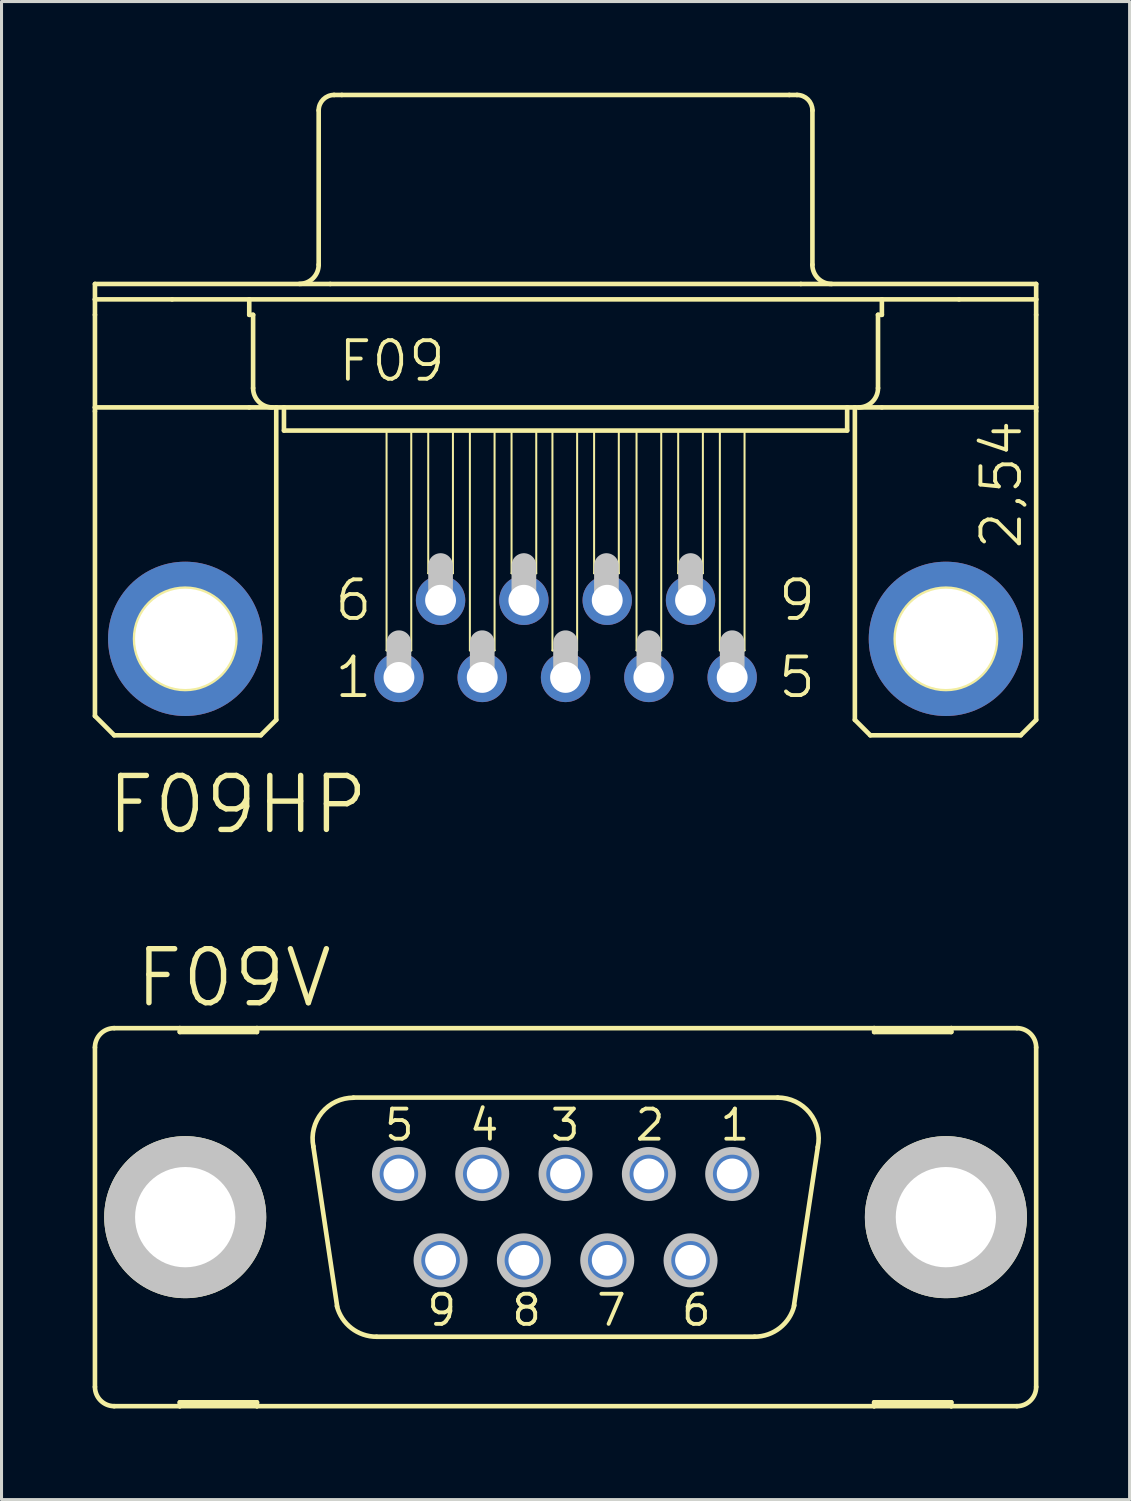
<source format=kicad_pcb>
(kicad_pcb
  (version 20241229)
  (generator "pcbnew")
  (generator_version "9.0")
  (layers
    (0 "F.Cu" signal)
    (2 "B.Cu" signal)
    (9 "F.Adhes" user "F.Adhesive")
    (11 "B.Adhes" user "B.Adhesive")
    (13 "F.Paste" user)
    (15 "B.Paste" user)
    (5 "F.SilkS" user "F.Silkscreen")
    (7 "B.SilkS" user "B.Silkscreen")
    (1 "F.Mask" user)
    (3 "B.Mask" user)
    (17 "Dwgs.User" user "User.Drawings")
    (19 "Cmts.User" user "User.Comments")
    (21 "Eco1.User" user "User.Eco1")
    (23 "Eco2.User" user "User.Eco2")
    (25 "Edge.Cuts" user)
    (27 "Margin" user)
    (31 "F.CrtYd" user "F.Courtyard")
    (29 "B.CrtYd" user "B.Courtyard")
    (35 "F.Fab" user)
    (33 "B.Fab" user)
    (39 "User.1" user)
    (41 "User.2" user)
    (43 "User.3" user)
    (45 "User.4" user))
  (footprint "F09V"
    (layer "F.Cu")
    (at 15.57 37.023)
    (property "Reference" "F09V" (at -10.922 -7.874 0) (layer "F.SilkS") (effects (font (size 1.778 1.778) (thickness 0.178))))
    (attr exclude_from_pos_files exclude_from_bom)
    (fp_line (start -15.494 -5.588) (end -15.494 5.588) (stroke (width 0.152) (type solid)) (layer "F.SilkS"))
    (fp_line (start -14.859 6.223) (end -12.7 6.223) (stroke (width 0.152) (type solid)) (layer "F.SilkS"))
    (fp_line (start -12.7 -6.223) (end -14.859 -6.223) (stroke (width 0.152) (type solid)) (layer "F.SilkS"))
    (fp_line (start -12.7 -6.223) (end -12.7 -6.096) (stroke (width 0.152) (type solid)) (layer "F.SilkS"))
    (fp_line (start -12.7 -6.096) (end -10.16 -6.096) (stroke (width 0.152) (type solid)) (layer "F.SilkS"))
    (fp_line (start -12.7 6.096) (end -10.16 6.096) (stroke (width 0.152) (type solid)) (layer "F.SilkS"))
    (fp_line (start -12.7 6.223) (end -12.7 6.096) (stroke (width 0.152) (type solid)) (layer "F.SilkS"))
    (fp_line (start -12.7 6.223) (end -10.16 6.223) (stroke (width 0.152) (type solid)) (layer "F.SilkS"))
    (fp_line (start -10.16 -6.223) (end -12.7 -6.223) (stroke (width 0.152) (type solid)) (layer "F.SilkS"))
    (fp_line (start -10.16 -6.096) (end -10.16 -6.223) (stroke (width 0.152) (type solid)) (layer "F.SilkS"))
    (fp_line (start -10.16 6.096) (end -10.16 6.223) (stroke (width 0.152) (type solid)) (layer "F.SilkS"))
    (fp_line (start -10.16 6.223) (end 10.16 6.223) (stroke (width 0.152) (type solid)) (layer "F.SilkS"))
    (fp_line (start -7.518 2.946) (end -8.306 -2.337) (stroke (width 0.152) (type solid)) (layer "F.SilkS"))
    (fp_line (start -6.985 -3.937) (end 6.985 -3.937) (stroke (width 0.152) (type solid)) (layer "F.SilkS"))
    (fp_line (start -6.223 3.937) (end 6.223 3.937) (stroke (width 0.152) (type solid)) (layer "F.SilkS"))
    (fp_line (start 8.306 -2.311) (end 7.518 2.921) (stroke (width 0.152) (type solid)) (layer "F.SilkS"))
    (fp_line (start 10.16 -6.223) (end -10.16 -6.223) (stroke (width 0.152) (type solid)) (layer "F.SilkS"))
    (fp_line (start 10.16 -6.223) (end 10.16 -6.096) (stroke (width 0.152) (type solid)) (layer "F.SilkS"))
    (fp_line (start 10.16 -6.096) (end 12.7 -6.096) (stroke (width 0.152) (type solid)) (layer "F.SilkS"))
    (fp_line (start 10.16 6.096) (end 12.7 6.096) (stroke (width 0.152) (type solid)) (layer "F.SilkS"))
    (fp_line (start 10.16 6.223) (end 10.16 6.096) (stroke (width 0.152) (type solid)) (layer "F.SilkS"))
    (fp_line (start 10.16 6.223) (end 12.7 6.223) (stroke (width 0.152) (type solid)) (layer "F.SilkS"))
    (fp_line (start 12.7 -6.223) (end 10.16 -6.223) (stroke (width 0.152) (type solid)) (layer "F.SilkS"))
    (fp_line (start 12.7 -6.096) (end 12.7 -6.223) (stroke (width 0.152) (type solid)) (layer "F.SilkS"))
    (fp_line (start 12.7 6.096) (end 12.7 6.223) (stroke (width 0.152) (type solid)) (layer "F.SilkS"))
    (fp_line (start 12.7 6.223) (end 14.859 6.223) (stroke (width 0.152) (type solid)) (layer "F.SilkS"))
    (fp_line (start 14.859 -6.223) (end 12.7 -6.223) (stroke (width 0.152) (type solid)) (layer "F.SilkS"))
    (fp_line (start 15.494 -5.588) (end 15.494 5.588) (stroke (width 0.152) (type solid)) (layer "F.SilkS"))
    (fp_arc (start -15.494 -5.588) (mid -15.308013 -6.037013) (end -14.859 -6.223) (stroke (width 0.1524) (type solid)) (layer "F.SilkS"))
    (fp_arc (start -14.859 6.223) (mid -15.308013 6.037013) (end -15.494 5.588) (stroke (width 0.1524) (type solid)) (layer "F.SilkS"))
    (fp_arc (start -8.30326 -2.32664) (mid -8.023158 -3.441772) (end -6.98324 -3.932229) (stroke (width 0.1524) (type solid)) (layer "F.SilkS"))
    (fp_arc (start -6.223 3.937) (mid -7.047791 3.655415) (end -7.528188 2.928236) (stroke (width 0.1524) (type solid)) (layer "F.SilkS"))
    (fp_arc (start 6.985 -3.937) (mid 8.034648 -3.435219) (end 8.30328 -2.303238) (stroke (width 0.1524) (type solid)) (layer "F.SilkS"))
    (fp_arc (start 7.5311 2.90322) (mid 7.055662 3.646284) (end 6.222518 3.936211) (stroke (width 0.1524) (type solid)) (layer "F.SilkS"))
    (fp_arc (start 14.859 -6.223) (mid 15.308013 -6.037013) (end 15.494 -5.588) (stroke (width 0.1524) (type solid)) (layer "F.SilkS"))
    (fp_arc (start 15.494 5.588) (mid 15.308013 6.037013) (end 14.859 6.223) (stroke (width 0.1524) (type solid)) (layer "F.SilkS"))
    (fp_circle (center -12.522 0) (end -12.522 -2.667) (stroke (width 0) (type solid)) (fill yes) (layer "F.SilkS"))
    (fp_circle (center -12.522 0) (end -12.522 -1.651) (stroke (width 0.152) (type solid)) (fill no) (layer "F.SilkS"))
    (fp_circle (center 12.522 0) (end 12.522 -2.667) (stroke (width 0) (type solid)) (fill yes) (layer "F.SilkS"))
    (fp_circle (center 12.522 0) (end 12.522 -1.651) (stroke (width 0.152) (type solid)) (fill no) (layer "F.SilkS"))
    (fp_circle (center -12.522 0) (end -12.522 -2.667) (stroke (width 0) (type solid)) (fill yes) (layer "Dwgs.User"))
    (fp_circle (center -5.486 -1.422) (end -5.486 -2.184) (stroke (width 0.254) (type solid)) (fill no) (layer "Dwgs.User"))
    (fp_circle (center -4.115 1.422) (end -4.115 0.66) (stroke (width 0.254) (type solid)) (fill no) (layer "Dwgs.User"))
    (fp_circle (center -2.743 -1.422) (end -2.743 -2.184) (stroke (width 0.254) (type solid)) (fill no) (layer "Dwgs.User"))
    (fp_circle (center -1.372 1.422) (end -1.372 0.66) (stroke (width 0.254) (type solid)) (fill no) (layer "Dwgs.User"))
    (fp_circle (center 0 -1.422) (end 0 -2.184) (stroke (width 0.254) (type solid)) (fill no) (layer "Dwgs.User"))
    (fp_circle (center 1.372 1.422) (end 1.372 0.66) (stroke (width 0.254) (type solid)) (fill no) (layer "Dwgs.User"))
    (fp_circle (center 2.743 -1.422) (end 2.743 -2.184) (stroke (width 0.254) (type solid)) (fill no) (layer "Dwgs.User"))
    (fp_circle (center 4.115 1.422) (end 4.115 0.66) (stroke (width 0.254) (type solid)) (fill no) (layer "Dwgs.User"))
    (fp_circle (center 5.486 -1.422) (end 5.486 -2.184) (stroke (width 0.254) (type solid)) (fill no) (layer "Dwgs.User"))
    (fp_circle (center 12.522 0) (end 12.522 -2.667) (stroke (width 0) (type solid)) (fill yes) (layer "Dwgs.User"))
    (fp_text user "5" (at -5.474 -3.035 0) (layer "F.SilkS") (effects (font (size 0.991 0.991) (thickness 0.127))))
    (fp_text user "4" (at -2.68 -3.035 0) (layer "F.SilkS") (effects (font (size 0.991 0.991) (thickness 0.127))))
    (fp_text user "2" (at 2.781 -3.035 0) (layer "F.SilkS") (effects (font (size 0.991 0.991) (thickness 0.127))))
    (fp_text user "3" (at -0.013 -3.035 0) (layer "F.SilkS") (effects (font (size 0.991 0.991) (thickness 0.127))))
    (fp_text user "8" (at -1.283 3.061 0) (layer "F.SilkS") (effects (font (size 0.991 0.991) (thickness 0.127))))
    (fp_text user "1" (at 5.575 -3.035 0) (layer "F.SilkS") (effects (font (size 0.991 0.991) (thickness 0.127))))
    (fp_text user "6" (at 4.305 3.061 0) (layer "F.SilkS") (effects (font (size 0.991 0.991) (thickness 0.127))))
    (fp_text user "7" (at 1.511 3.061 0) (layer "F.SilkS") (effects (font (size 0.991 0.991) (thickness 0.127))))
    (fp_text user "9" (at -4.077 3.061 0) (layer "F.SilkS") (effects (font (size 0.991 0.991) (thickness 0.127))))
    (pad "" np_thru_hole circle (at -12.522 0) (size 3.302 3.302) (drill 3.302) (layers "*.Cu" "*.Mask"))
    (pad "" np_thru_hole circle (at 12.522 0) (size 3.302 3.302) (drill 3.302) (layers "*.Cu" "*.Mask"))
    (pad "1" thru_hole circle (at 5.486 -1.422) (size 1.626 1.626) (drill 1.016) (layers "*.Cu" "*.Paste" "*.Mask"))
    (pad "2" thru_hole circle (at 2.743 -1.422) (size 1.626 1.626) (drill 1.016) (layers "*.Cu" "*.Paste" "*.Mask"))
    (pad "3" thru_hole circle (at 0 -1.422) (size 1.626 1.626) (drill 1.016) (layers "*.Cu" "*.Paste" "*.Mask"))
    (pad "4" thru_hole circle (at -2.743 -1.422) (size 1.626 1.626) (drill 1.016) (layers "*.Cu" "*.Paste" "*.Mask"))
    (pad "5" thru_hole circle (at -5.486 -1.422) (size 1.626 1.626) (drill 1.016) (layers "*.Cu" "*.Paste" "*.Mask"))
    (pad "6" thru_hole circle (at 4.115 1.422) (size 1.626 1.626) (drill 1.016) (layers "*.Cu" "*.Paste" "*.Mask"))
    (pad "7" thru_hole circle (at 1.372 1.422) (size 1.626 1.626) (drill 1.016) (layers "*.Cu" "*.Paste" "*.Mask"))
    (pad "8" thru_hole circle (at -1.372 1.422) (size 1.626 1.626) (drill 1.016) (layers "*.Cu" "*.Paste" "*.Mask"))
    (pad "9" thru_hole circle (at -4.115 1.422) (size 1.626 1.626) (drill 1.016) (layers "*.Cu" "*.Paste" "*.Mask")))
  (footprint "F09HP"
    (layer "F.Cu")
    (at 15.57 17.983)
    (property "Reference" "F09HP" (at -10.795 5.461 0) (layer "F.SilkS") (effects (font (size 1.778 1.778) (thickness 0.178))))
    (attr exclude_from_pos_files exclude_from_bom)
    (fp_line (start -15.494 -11.684) (end -7.747 -11.684) (stroke (width 0.152) (type solid)) (layer "F.SilkS"))
    (fp_line (start -15.494 -11.684) (end 15.494 -11.684) (stroke (width 0.066) (type solid)) (layer "F.SilkS"))
    (fp_line (start -15.494 -11.176) (end -15.494 -11.684) (stroke (width 0.066) (type solid)) (layer "F.SilkS"))
    (fp_line (start -15.494 -11.176) (end -15.494 -11.684) (stroke (width 0.152) (type solid)) (layer "F.SilkS"))
    (fp_line (start -15.494 -11.176) (end -12.954 -11.176) (stroke (width 0.152) (type solid)) (layer "F.SilkS"))
    (fp_line (start -15.494 -11.176) (end 15.494 -11.176) (stroke (width 0.066) (type solid)) (layer "F.SilkS"))
    (fp_line (start -15.494 -10.668) (end -15.494 -11.176) (stroke (width 0.152) (type solid)) (layer "F.SilkS"))
    (fp_line (start -15.494 -7.62) (end -15.494 -10.668) (stroke (width 0.152) (type solid)) (layer "F.SilkS"))
    (fp_line (start -15.494 -7.62) (end -15.494 -7.493) (stroke (width 0.152) (type solid)) (layer "F.SilkS"))
    (fp_line (start -15.494 -7.62) (end -10.414 -7.62) (stroke (width 0.152) (type solid)) (layer "F.SilkS"))
    (fp_line (start -15.494 2.54) (end -15.494 -7.493) (stroke (width 0.152) (type solid)) (layer "F.SilkS"))
    (fp_line (start -14.859 3.175) (end -15.494 2.54) (stroke (width 0.152) (type solid)) (layer "F.SilkS"))
    (fp_line (start -12.954 -11.176) (end -10.414 -11.176) (stroke (width 0.152) (type solid)) (layer "F.SilkS"))
    (fp_line (start -10.414 -11.176) (end 10.414 -11.176) (stroke (width 0.152) (type solid)) (layer "F.SilkS"))
    (fp_line (start -10.414 -10.668) (end -10.414 -11.176) (stroke (width 0.152) (type solid)) (layer "F.SilkS"))
    (fp_line (start -10.414 -10.668) (end -10.287 -10.668) (stroke (width 0.152) (type solid)) (layer "F.SilkS"))
    (fp_line (start -10.414 -7.62) (end -9.525 -7.62) (stroke (width 0.152) (type solid)) (layer "F.SilkS"))
    (fp_line (start -10.287 -8.255) (end -10.287 -10.668) (stroke (width 0.152) (type solid)) (layer "F.SilkS"))
    (fp_line (start -10.033 3.175) (end -14.859 3.175) (stroke (width 0.152) (type solid)) (layer "F.SilkS"))
    (fp_line (start -10.033 3.175) (end -9.525 2.667) (stroke (width 0.152) (type solid)) (layer "F.SilkS"))
    (fp_line (start -9.525 -7.62) (end -9.271 -7.62) (stroke (width 0.152) (type solid)) (layer "F.SilkS"))
    (fp_line (start -9.525 2.667) (end -9.525 -7.62) (stroke (width 0.152) (type solid)) (layer "F.SilkS"))
    (fp_line (start -9.271 -7.62) (end -9.271 -6.858) (stroke (width 0.152) (type solid)) (layer "F.SilkS"))
    (fp_line (start -9.271 -7.62) (end 9.271 -7.62) (stroke (width 0.066) (type solid)) (layer "F.SilkS"))
    (fp_line (start -9.271 -7.62) (end 9.271 -7.62) (stroke (width 0.152) (type solid)) (layer "F.SilkS"))
    (fp_line (start -9.271 -6.858) (end -9.271 -7.62) (stroke (width 0.066) (type solid)) (layer "F.SilkS"))
    (fp_line (start -9.271 -6.858) (end 9.271 -6.858) (stroke (width 0.066) (type solid)) (layer "F.SilkS"))
    (fp_line (start -9.271 -6.858) (end 9.271 -6.858) (stroke (width 0.152) (type solid)) (layer "F.SilkS"))
    (fp_line (start -8.128 -12.319) (end -8.128 -17.399) (stroke (width 0.152) (type solid)) (layer "F.SilkS"))
    (fp_line (start -7.747 -11.684) (end 7.747 -11.684) (stroke (width 0.152) (type solid)) (layer "F.SilkS"))
    (fp_line (start -7.62 -17.907) (end -7.366 -17.907) (stroke (width 0.152) (type solid)) (layer "F.SilkS"))
    (fp_line (start -7.366 -17.907) (end 7.366 -17.907) (stroke (width 0.152) (type solid)) (layer "F.SilkS"))
    (fp_line (start -5.893 -6.858) (end -5.08 -6.858) (stroke (width 0.066) (type solid)) (layer "F.SilkS"))
    (fp_line (start -5.893 0.381) (end -5.893 -6.858) (stroke (width 0.066) (type solid)) (layer "F.SilkS"))
    (fp_line (start -5.893 0.381) (end -5.08 0.381) (stroke (width 0.066) (type solid)) (layer "F.SilkS"))
    (fp_line (start -5.08 0.381) (end -5.08 -6.858) (stroke (width 0.066) (type solid)) (layer "F.SilkS"))
    (fp_line (start -4.521 -6.858) (end -3.708 -6.858) (stroke (width 0.066) (type solid)) (layer "F.SilkS"))
    (fp_line (start -4.521 -2.159) (end -4.521 -6.858) (stroke (width 0.066) (type solid)) (layer "F.SilkS"))
    (fp_line (start -4.521 -2.159) (end -3.708 -2.159) (stroke (width 0.066) (type solid)) (layer "F.SilkS"))
    (fp_line (start -3.708 -2.159) (end -3.708 -6.858) (stroke (width 0.066) (type solid)) (layer "F.SilkS"))
    (fp_line (start -3.15 -6.858) (end -2.337 -6.858) (stroke (width 0.066) (type solid)) (layer "F.SilkS"))
    (fp_line (start -3.15 0.381) (end -3.15 -6.858) (stroke (width 0.066) (type solid)) (layer "F.SilkS"))
    (fp_line (start -3.15 0.381) (end -2.337 0.381) (stroke (width 0.066) (type solid)) (layer "F.SilkS"))
    (fp_line (start -2.337 0.381) (end -2.337 -6.858) (stroke (width 0.066) (type solid)) (layer "F.SilkS"))
    (fp_line (start -1.778 -6.858) (end -0.965 -6.858) (stroke (width 0.066) (type solid)) (layer "F.SilkS"))
    (fp_line (start -1.778 -2.159) (end -1.778 -6.858) (stroke (width 0.066) (type solid)) (layer "F.SilkS"))
    (fp_line (start -1.778 -2.159) (end -0.965 -2.159) (stroke (width 0.066) (type solid)) (layer "F.SilkS"))
    (fp_line (start -0.965 -2.159) (end -0.965 -6.858) (stroke (width 0.066) (type solid)) (layer "F.SilkS"))
    (fp_line (start -0.432 -6.858) (end 0.381 -6.858) (stroke (width 0.066) (type solid)) (layer "F.SilkS"))
    (fp_line (start -0.432 0.381) (end -0.432 -6.858) (stroke (width 0.066) (type solid)) (layer "F.SilkS"))
    (fp_line (start -0.432 0.381) (end 0.381 0.381) (stroke (width 0.066) (type solid)) (layer "F.SilkS"))
    (fp_line (start 0.381 0.381) (end 0.381 -6.858) (stroke (width 0.066) (type solid)) (layer "F.SilkS"))
    (fp_line (start 0.94 -6.858) (end 1.753 -6.858) (stroke (width 0.066) (type solid)) (layer "F.SilkS"))
    (fp_line (start 0.94 -2.159) (end 0.94 -6.858) (stroke (width 0.066) (type solid)) (layer "F.SilkS"))
    (fp_line (start 0.94 -2.159) (end 1.753 -2.159) (stroke (width 0.066) (type solid)) (layer "F.SilkS"))
    (fp_line (start 1.753 -2.159) (end 1.753 -6.858) (stroke (width 0.066) (type solid)) (layer "F.SilkS"))
    (fp_line (start 2.337 -6.858) (end 3.15 -6.858) (stroke (width 0.066) (type solid)) (layer "F.SilkS"))
    (fp_line (start 2.337 0.381) (end 2.337 -6.858) (stroke (width 0.066) (type solid)) (layer "F.SilkS"))
    (fp_line (start 2.337 0.381) (end 3.15 0.381) (stroke (width 0.066) (type solid)) (layer "F.SilkS"))
    (fp_line (start 3.15 0.381) (end 3.15 -6.858) (stroke (width 0.066) (type solid)) (layer "F.SilkS"))
    (fp_line (start 3.708 -6.858) (end 4.521 -6.858) (stroke (width 0.066) (type solid)) (layer "F.SilkS"))
    (fp_line (start 3.708 -2.159) (end 3.708 -6.858) (stroke (width 0.066) (type solid)) (layer "F.SilkS"))
    (fp_line (start 3.708 -2.159) (end 4.521 -2.159) (stroke (width 0.066) (type solid)) (layer "F.SilkS"))
    (fp_line (start 4.521 -2.159) (end 4.521 -6.858) (stroke (width 0.066) (type solid)) (layer "F.SilkS"))
    (fp_line (start 5.08 -6.858) (end 5.893 -6.858) (stroke (width 0.066) (type solid)) (layer "F.SilkS"))
    (fp_line (start 5.08 0.381) (end 5.08 -6.858) (stroke (width 0.066) (type solid)) (layer "F.SilkS"))
    (fp_line (start 5.08 0.381) (end 5.893 0.381) (stroke (width 0.066) (type solid)) (layer "F.SilkS"))
    (fp_line (start 5.893 0.381) (end 5.893 -6.858) (stroke (width 0.066) (type solid)) (layer "F.SilkS"))
    (fp_line (start 7.366 -17.907) (end 7.62 -17.907) (stroke (width 0.152) (type solid)) (layer "F.SilkS"))
    (fp_line (start 7.747 -11.684) (end 15.494 -11.684) (stroke (width 0.152) (type solid)) (layer "F.SilkS"))
    (fp_line (start 8.128 -12.319) (end 8.128 -17.399) (stroke (width 0.152) (type solid)) (layer "F.SilkS"))
    (fp_line (start 9.271 -7.62) (end 9.271 -6.858) (stroke (width 0.152) (type solid)) (layer "F.SilkS"))
    (fp_line (start 9.271 -7.62) (end 9.525 -7.62) (stroke (width 0.152) (type solid)) (layer "F.SilkS"))
    (fp_line (start 9.271 -6.858) (end 9.271 -7.62) (stroke (width 0.066) (type solid)) (layer "F.SilkS"))
    (fp_line (start 9.525 -7.62) (end 10.414 -7.62) (stroke (width 0.152) (type solid)) (layer "F.SilkS"))
    (fp_line (start 9.525 2.667) (end 9.525 -7.62) (stroke (width 0.152) (type solid)) (layer "F.SilkS"))
    (fp_line (start 9.525 2.667) (end 10.033 3.175) (stroke (width 0.152) (type solid)) (layer "F.SilkS"))
    (fp_line (start 10.033 3.175) (end 14.986 3.175) (stroke (width 0.152) (type solid)) (layer "F.SilkS"))
    (fp_line (start 10.287 -10.668) (end 10.414 -10.668) (stroke (width 0.152) (type solid)) (layer "F.SilkS"))
    (fp_line (start 10.287 -8.255) (end 10.287 -10.668) (stroke (width 0.152) (type solid)) (layer "F.SilkS"))
    (fp_line (start 10.414 -11.176) (end 12.954 -11.176) (stroke (width 0.152) (type solid)) (layer "F.SilkS"))
    (fp_line (start 10.414 -10.668) (end 10.414 -11.176) (stroke (width 0.152) (type solid)) (layer "F.SilkS"))
    (fp_line (start 10.414 -7.62) (end 15.494 -7.62) (stroke (width 0.152) (type solid)) (layer "F.SilkS"))
    (fp_line (start 12.954 -11.176) (end 15.494 -11.176) (stroke (width 0.152) (type solid)) (layer "F.SilkS"))
    (fp_line (start 14.986 3.175) (end 15.494 2.667) (stroke (width 0.152) (type solid)) (layer "F.SilkS"))
    (fp_line (start 15.494 -11.684) (end 15.494 -11.176) (stroke (width 0.152) (type solid)) (layer "F.SilkS"))
    (fp_line (start 15.494 -11.176) (end 15.494 -11.684) (stroke (width 0.066) (type solid)) (layer "F.SilkS"))
    (fp_line (start 15.494 -11.176) (end 15.494 -10.668) (stroke (width 0.152) (type solid)) (layer "F.SilkS"))
    (fp_line (start 15.494 -10.668) (end 15.494 -7.62) (stroke (width 0.152) (type solid)) (layer "F.SilkS"))
    (fp_line (start 15.494 -7.62) (end 15.494 -7.493) (stroke (width 0.152) (type solid)) (layer "F.SilkS"))
    (fp_line (start 15.494 2.667) (end 15.494 -7.493) (stroke (width 0.152) (type solid)) (layer "F.SilkS"))
    (fp_arc (start -9.652 -7.62) (mid -10.101013 -7.805987) (end -10.287 -8.255) (stroke (width 0.1524) (type solid)) (layer "F.SilkS"))
    (fp_arc (start -8.128 -17.399) (mid -7.97921 -17.75821) (end -7.62 -17.907) (stroke (width 0.1524) (type solid)) (layer "F.SilkS"))
    (fp_arc (start -8.128 -12.319) (mid -8.313243 -11.871783) (end -8.76046 -11.68654) (stroke (width 0.1524) (type solid)) (layer "F.SilkS"))
    (fp_arc (start 7.62 -17.907) (mid 7.97921 -17.75821) (end 8.128 -17.399) (stroke (width 0.1524) (type solid)) (layer "F.SilkS"))
    (fp_arc (start 8.76046 -11.684) (mid 8.311447 -11.869987) (end 8.12546 -12.319) (stroke (width 0.1524) (type solid)) (layer "F.SilkS"))
    (fp_arc (start 10.287 -8.255) (mid 10.101013 -7.805987) (end 9.652 -7.62) (stroke (width 0.1524) (type solid)) (layer "F.SilkS"))
    (fp_circle (center -12.522 0) (end -12.522 -1.651) (stroke (width 0.152) (type solid)) (fill no) (layer "F.SilkS"))
    (fp_circle (center 12.522 0) (end 12.522 -1.651) (stroke (width 0.152) (type solid)) (fill no) (layer "F.SilkS"))
    (fp_line (start -5.486 1.143) (end -5.486 0.127) (stroke (width 0.813) (type solid)) (layer "Dwgs.User"))
    (fp_line (start -4.115 -1.397) (end -4.115 -2.413) (stroke (width 0.813) (type solid)) (layer "Dwgs.User"))
    (fp_line (start -2.743 1.143) (end -2.743 0.127) (stroke (width 0.813) (type solid)) (layer "Dwgs.User"))
    (fp_line (start -1.372 -1.397) (end -1.372 -2.413) (stroke (width 0.813) (type solid)) (layer "Dwgs.User"))
    (fp_line (start 0 1.143) (end 0 0.127) (stroke (width 0.813) (type solid)) (layer "Dwgs.User"))
    (fp_line (start 1.346 -1.397) (end 1.346 -2.413) (stroke (width 0.813) (type solid)) (layer "Dwgs.User"))
    (fp_line (start 2.743 1.143) (end 2.743 0.127) (stroke (width 0.813) (type solid)) (layer "Dwgs.User"))
    (fp_line (start 4.115 -1.397) (end 4.115 -2.413) (stroke (width 0.813) (type solid)) (layer "Dwgs.User"))
    (fp_line (start 5.486 1.143) (end 5.486 0.127) (stroke (width 0.813) (type solid)) (layer "Dwgs.User"))
    (fp_text user "9" (at 7.62 -1.27 0) (layer "F.SilkS") (effects (font (size 1.27 1.27) (thickness 0.127))))
    (fp_text user "F09" (at -5.715 -9.144 0) (layer "F.SilkS") (effects (font (size 1.27 1.27) (thickness 0.127))))
    (fp_text user "6" (at -6.985 -1.27 0) (layer "F.SilkS") (effects (font (size 1.27 1.27) (thickness 0.127))))
    (fp_text user "1" (at -6.985 1.27 0) (layer "F.SilkS") (effects (font (size 1.27 1.27) (thickness 0.127))))
    (fp_text user "2,54" (at 14.348 -5.08 90) (layer "F.SilkS") (effects (font (size 1.27 1.27) (thickness 0.127))))
    (fp_text user "5" (at 7.62 1.27 0) (layer "F.SilkS") (effects (font (size 1.27 1.27) (thickness 0.127))))
    (pad "1" thru_hole circle (at -5.486 1.27) (size 1.626 1.626) (drill 1.016) (layers "*.Cu" "*.Paste" "*.Mask"))
    (pad "2" thru_hole circle (at -2.743 1.27) (size 1.626 1.626) (drill 1.016) (layers "*.Cu" "*.Paste" "*.Mask"))
    (pad "3" thru_hole circle (at 0 1.27) (size 1.626 1.626) (drill 1.016) (layers "*.Cu" "*.Paste" "*.Mask"))
    (pad "4" thru_hole circle (at 2.743 1.27) (size 1.626 1.626) (drill 1.016) (layers "*.Cu" "*.Paste" "*.Mask"))
    (pad "5" thru_hole circle (at 5.486 1.27) (size 1.626 1.626) (drill 1.016) (layers "*.Cu" "*.Paste" "*.Mask"))
    (pad "6" thru_hole circle (at -4.115 -1.27) (size 1.626 1.626) (drill 1.016) (layers "*.Cu" "*.Paste" "*.Mask"))
    (pad "7" thru_hole circle (at -1.372 -1.27) (size 1.626 1.626) (drill 1.016) (layers "*.Cu" "*.Paste" "*.Mask"))
    (pad "8" thru_hole circle (at 1.372 -1.27) (size 1.626 1.626) (drill 1.016) (layers "*.Cu" "*.Paste" "*.Mask"))
    (pad "9" thru_hole circle (at 4.115 -1.27) (size 1.626 1.626) (drill 1.016) (layers "*.Cu" "*.Paste" "*.Mask"))
    (pad "G1" thru_hole circle (at -12.522 0) (size 5.08 5.08) (drill 3.302) (layers "*.Cu" "*.Paste" "*.Mask"))
    (pad "G2" thru_hole circle (at 12.522 0) (size 5.08 5.08) (drill 3.302) (layers "*.Cu" "*.Paste" "*.Mask")))
  (gr_rect
    (start -3 -3)
    (end 34.14 46.322)
    (stroke (width 0.1) (type default))
    (fill no)
    (layer "Edge.Cuts")))
</source>
